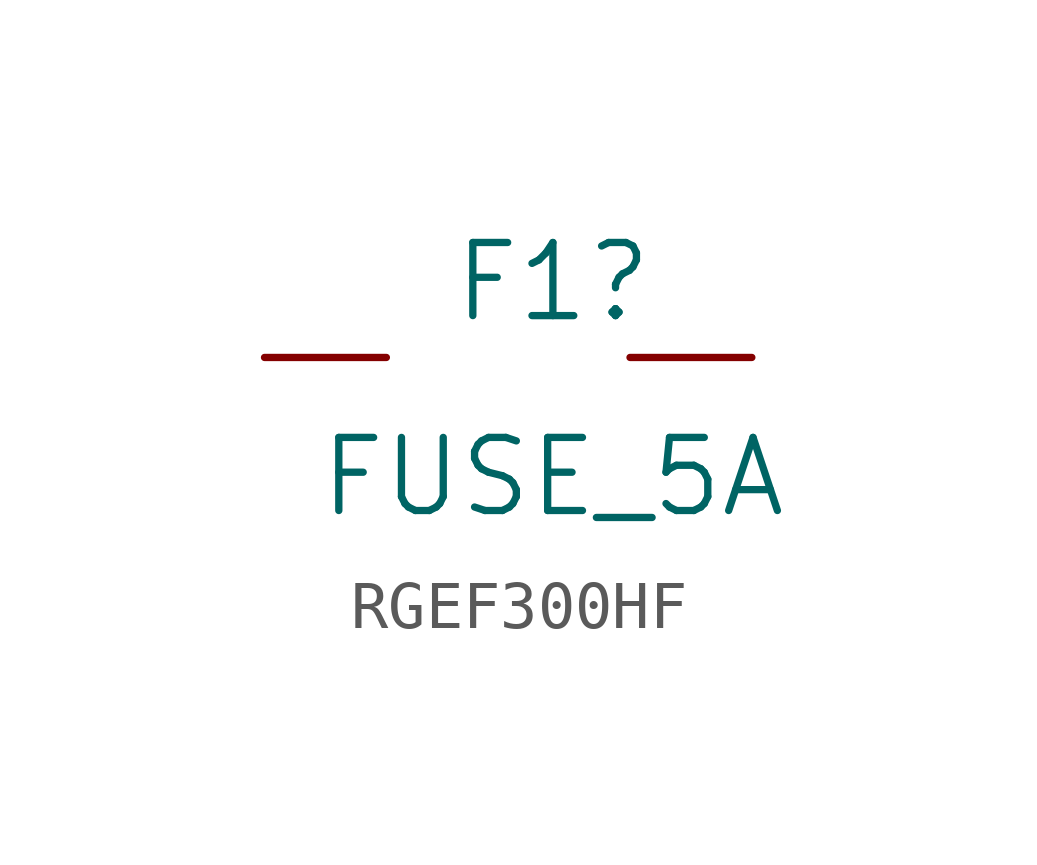
<source format=kicad_sym>
(kicad_symbol_lib
  (version 20231120)
  (generator "kicad_symbol_editor")
  (generator_version "8.0")
  (symbol "RGEF300HF"
    (pin_numbers hide)
    (pin_names hide)
    (property "Reference" "F1"
      (at 6.012 1.57 0)
      (effects (font (size 1.524 1.524))))
    (property "Value" "FUSE_5A"
      (at 6.012 -2.494 0)
      (effects (font (size 1.524 1.524))))
    (property "Datasheet" ""
      (at 0 0 0)
      (effects (font (size 1.524 1.524))))
    (symbol "RGEF300HF_1_1"
      (pin unspecified line (at 0 0 0) (length 2.54) (name "1" (effects (font (size 1.499 1.499)))) (number "1" (effects (font (size 1.499 1.499)))))
      (pin unspecified line (at 10.16 0 180) (length 2.54) (name "2" (effects (font (size 1.499 1.499)))) (number "2" (effects (font (size 1.499 1.499))))))))
</source>
